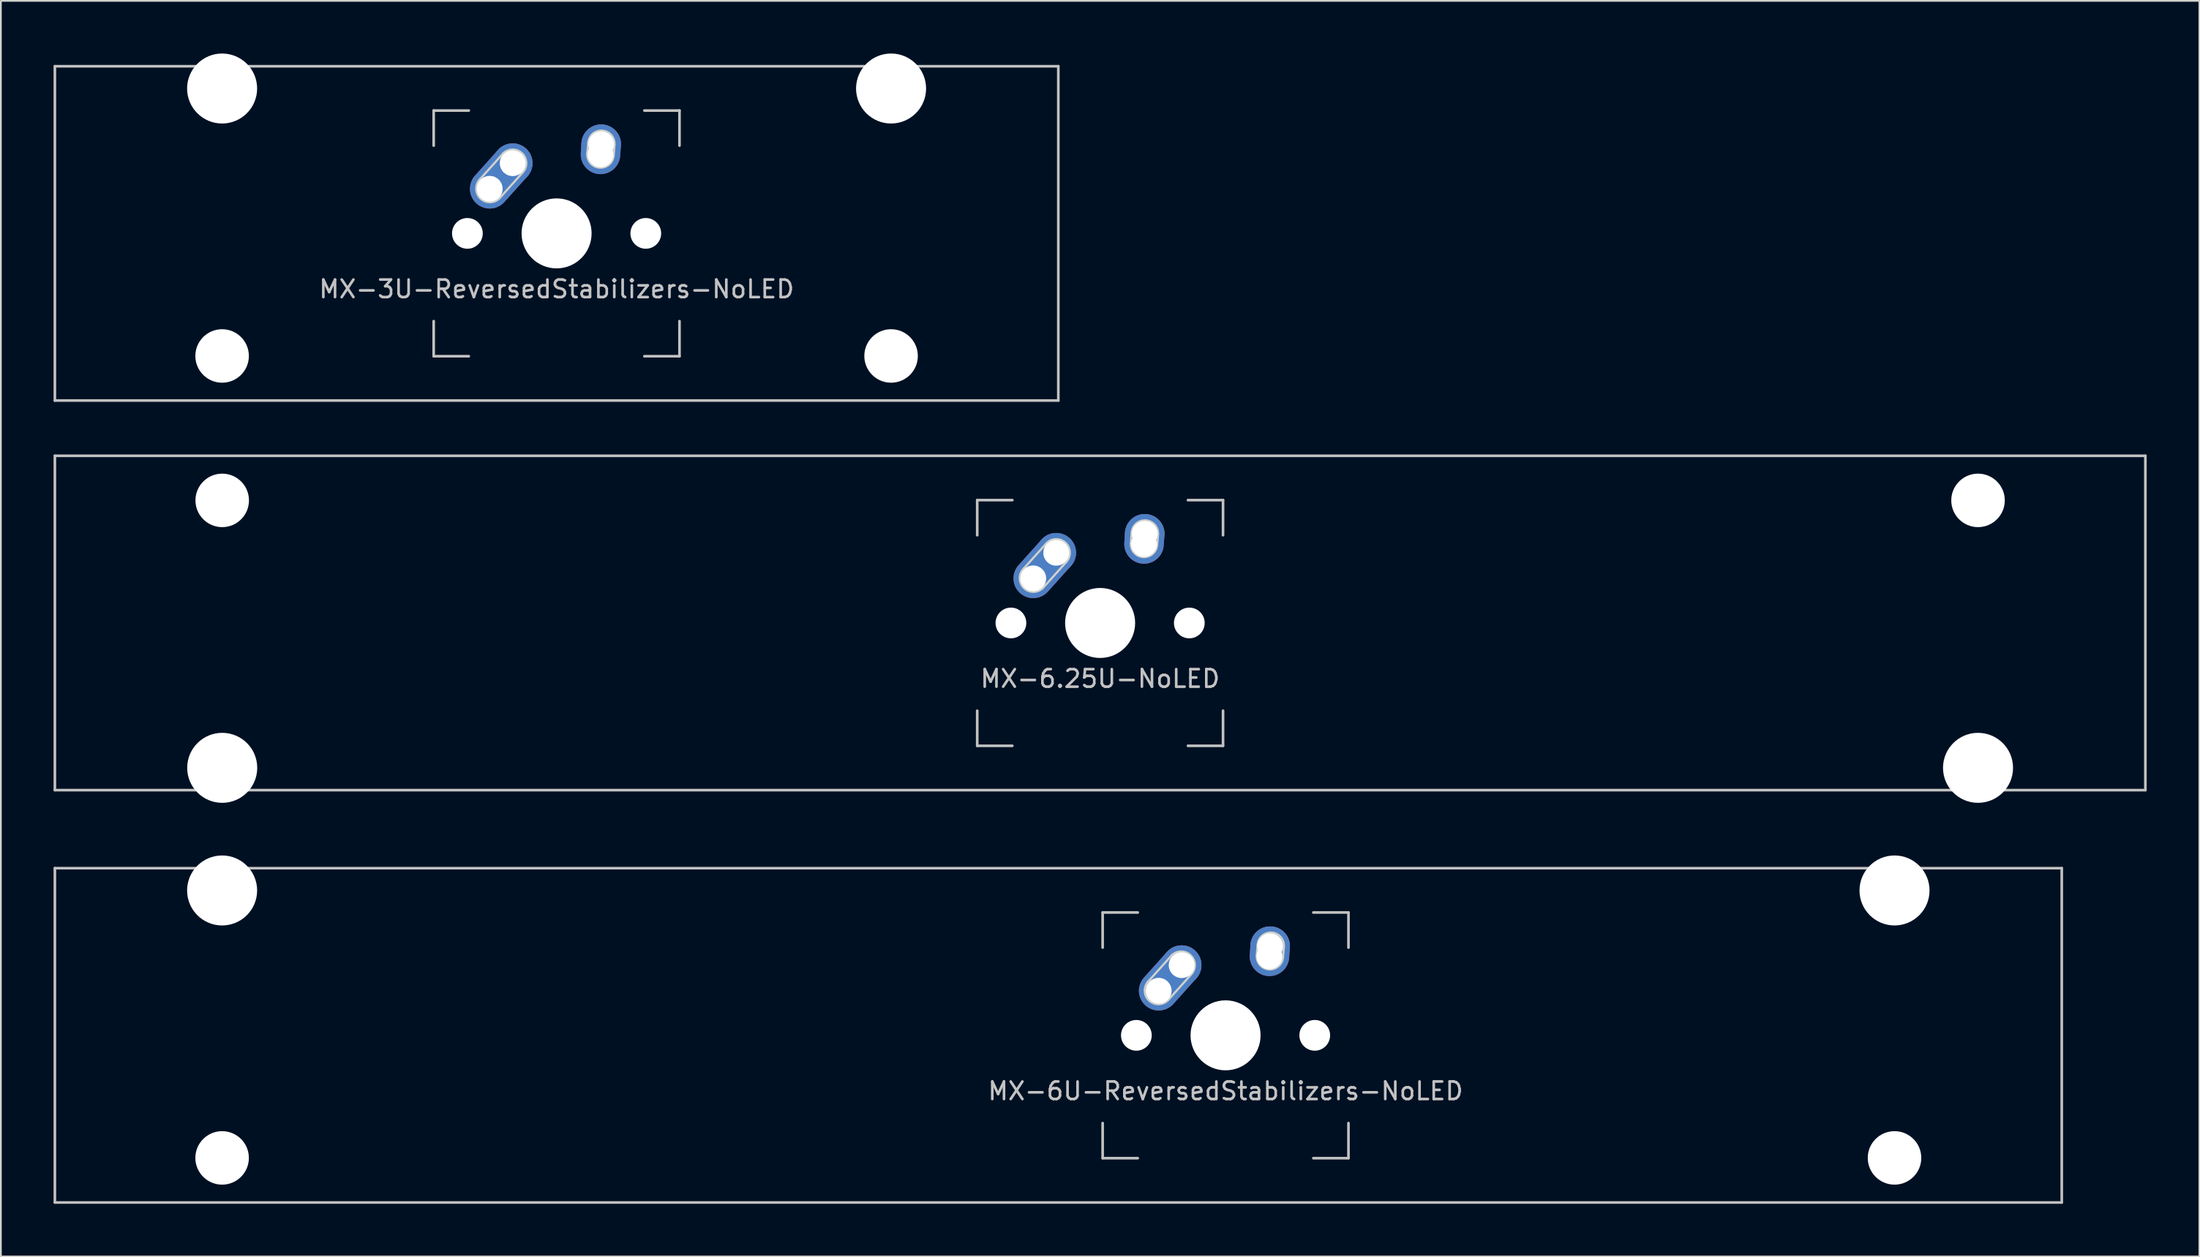
<source format=kicad_pcb>
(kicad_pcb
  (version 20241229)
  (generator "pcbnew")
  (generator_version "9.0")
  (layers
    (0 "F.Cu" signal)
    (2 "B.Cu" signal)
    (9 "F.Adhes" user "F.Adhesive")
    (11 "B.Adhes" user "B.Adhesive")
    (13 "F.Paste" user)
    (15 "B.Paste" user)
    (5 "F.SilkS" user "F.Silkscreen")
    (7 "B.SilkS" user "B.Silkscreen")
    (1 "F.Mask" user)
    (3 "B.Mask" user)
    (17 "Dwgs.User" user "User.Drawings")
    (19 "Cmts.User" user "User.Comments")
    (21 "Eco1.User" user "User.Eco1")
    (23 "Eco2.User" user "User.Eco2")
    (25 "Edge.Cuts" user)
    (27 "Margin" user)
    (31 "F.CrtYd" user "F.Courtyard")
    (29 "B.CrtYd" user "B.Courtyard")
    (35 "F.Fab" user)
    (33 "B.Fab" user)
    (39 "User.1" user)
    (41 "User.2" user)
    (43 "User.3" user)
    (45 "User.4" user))
  (footprint "MX-6U-ReversedStabilizers-NoLED"
    (layer "F.Cu")
    (at 57.225 55.947)
    (property "Reference" "MX-6U-ReversedStabilizers-NoLED" (at 9.525 3.175 0) (layer "Dwgs.User") (effects (font (size 1 1) (thickness 0.15))))
    (fp_line (start -57.15 -9.525) (end 57.15 -9.525) (stroke (width 0.15) (type solid)) (layer "Dwgs.User"))
    (fp_line (start -57.15 9.525) (end -57.15 -9.525) (stroke (width 0.15) (type solid)) (layer "Dwgs.User"))
    (fp_line (start -57.15 9.525) (end 57.15 9.525) (stroke (width 0.15) (type solid)) (layer "Dwgs.User"))
    (fp_line (start 2.525 -7) (end 2.525 -5) (stroke (width 0.15) (type solid)) (layer "Dwgs.User"))
    (fp_line (start 2.525 5) (end 2.525 7) (stroke (width 0.15) (type solid)) (layer "Dwgs.User"))
    (fp_line (start 2.525 7) (end 4.525 7) (stroke (width 0.15) (type solid)) (layer "Dwgs.User"))
    (fp_line (start 4.525 -7) (end 2.525 -7) (stroke (width 0.15) (type solid)) (layer "Dwgs.User"))
    (fp_line (start 14.525 -7) (end 16.525 -7) (stroke (width 0.15) (type solid)) (layer "Dwgs.User"))
    (fp_line (start 14.525 7) (end 16.525 7) (stroke (width 0.15) (type solid)) (layer "Dwgs.User"))
    (fp_line (start 16.525 -7) (end 16.525 -5) (stroke (width 0.15) (type solid)) (layer "Dwgs.User"))
    (fp_line (start 16.525 7) (end 16.525 5) (stroke (width 0.15) (type solid)) (layer "Dwgs.User"))
    (fp_line (start 57.15 -9.525) (end 57.15 9.525) (stroke (width 0.15) (type solid)) (layer "Dwgs.User"))
    (fp_line (start 5.15 -3.1) (end 6.45 -4.55) (stroke (width 0.12) (type solid)) (layer "Edge.Cuts"))
    (fp_line (start 7.55 -3.45) (end 6.25 -2) (stroke (width 0.12) (type solid)) (layer "Edge.Cuts"))
    (fp_line (start 11.35 -5.147) (end 11.3 -4.55) (stroke (width 0.12) (type solid)) (layer "Edge.Cuts"))
    (fp_line (start 12.85 -5.05) (end 12.8 -4.45) (stroke (width 0.12) (type solid)) (layer "Edge.Cuts"))
    (fp_arc (start 6.25 -2) (mid 5.15 -2) (end 5.15 -3.1) (stroke (width 0.12) (type solid)) (layer "Edge.Cuts"))
    (fp_arc (start 6.45 -4.55) (mid 7.55 -4.55) (end 7.55 -3.45) (stroke (width 0.12) (type solid)) (layer "Edge.Cuts"))
    (fp_arc (start 11.3498 -5.146888) (mid 12.148444 -5.850101) (end 12.849999 -5.05) (stroke (width 0.12) (type solid)) (layer "Edge.Cuts"))
    (fp_arc (start 12.799999 -4.45) (mid 12 -3.750001) (end 11.300001 -4.55) (stroke (width 0.12) (type solid)) (layer "Edge.Cuts"))
    (pad "" np_thru_hole circle (at -47.625 -8.255) (size 3.988 3.988) (drill 3.988) (layers "*.Cu" "*.Mask"))
    (pad "" np_thru_hole circle (at -47.625 6.985) (size 3.048 3.048) (drill 3.048) (layers "*.Cu" "*.Mask"))
    (pad "" np_thru_hole circle (at 4.445 0 48.1) (size 1.75 1.75) (drill 1.75) (layers "*.Cu" "*.Mask"))
    (pad "" np_thru_hole circle (at 9.525 0) (size 3.988 3.988) (drill 3.988) (layers "*.Cu" "*.Mask"))
    (pad "" np_thru_hole circle (at 14.605 0 48.1) (size 1.75 1.75) (drill 1.75) (layers "*.Cu" "*.Mask"))
    (pad "" np_thru_hole circle (at 47.625 -8.255) (size 3.988 3.988) (drill 3.988) (layers "*.Cu" "*.Mask"))
    (pad "" np_thru_hole circle (at 47.625 6.985) (size 3.048 3.048) (drill 3.048) (layers "*.Cu" "*.Mask"))
    (pad "1" thru_hole oval (at 5.715 -2.54 48.1) (size 4.212 2.25) (drill 1.47 (offset 0.981 0)) (layers "*.Cu" "B.Mask"))
    (pad "1" thru_hole circle (at 7.025 -4) (size 2.25 2.25) (drill 1.47) (layers "*.Cu" "B.Mask"))
    (pad "2" thru_hole oval (at 12.025 -4.5 86.055) (size 2.831 2.25) (drill 1.47 (offset 0.291 0)) (layers "*.Cu" "B.Mask"))
    (pad "2" thru_hole circle (at 12.065 -5.08) (size 2.25 2.25) (drill 1.47) (layers "*.Cu" "B.Mask")))
  (footprint "MX-6.25U-NoLED"
    (layer "F.Cu")
    (at 59.606 32.449)
    (property "Reference" "MX-6.25U-NoLED" (at 0 3.175 0) (layer "Dwgs.User") (effects (font (size 1 1) (thickness 0.15))))
    (fp_line (start -59.531 -9.525) (end 59.531 -9.525) (stroke (width 0.15) (type solid)) (layer "Dwgs.User"))
    (fp_line (start -59.531 9.525) (end -59.531 -9.525) (stroke (width 0.15) (type solid)) (layer "Dwgs.User"))
    (fp_line (start -59.531 9.525) (end 59.531 9.525) (stroke (width 0.15) (type solid)) (layer "Dwgs.User"))
    (fp_line (start -7 -7) (end -7 -5) (stroke (width 0.15) (type solid)) (layer "Dwgs.User"))
    (fp_line (start -7 5) (end -7 7) (stroke (width 0.15) (type solid)) (layer "Dwgs.User"))
    (fp_line (start -7 7) (end -5 7) (stroke (width 0.15) (type solid)) (layer "Dwgs.User"))
    (fp_line (start -5 -7) (end -7 -7) (stroke (width 0.15) (type solid)) (layer "Dwgs.User"))
    (fp_line (start 5 -7) (end 7 -7) (stroke (width 0.15) (type solid)) (layer "Dwgs.User"))
    (fp_line (start 5 7) (end 7 7) (stroke (width 0.15) (type solid)) (layer "Dwgs.User"))
    (fp_line (start 7 -7) (end 7 -5) (stroke (width 0.15) (type solid)) (layer "Dwgs.User"))
    (fp_line (start 7 7) (end 7 5) (stroke (width 0.15) (type solid)) (layer "Dwgs.User"))
    (fp_line (start 59.531 -9.525) (end 59.531 9.525) (stroke (width 0.15) (type solid)) (layer "Dwgs.User"))
    (fp_line (start -4.35 -3.1) (end -3.05 -4.55) (stroke (width 0.12) (type solid)) (layer "Edge.Cuts"))
    (fp_line (start -1.95 -3.45) (end -3.25 -2) (stroke (width 0.12) (type solid)) (layer "Edge.Cuts"))
    (fp_line (start 1.8 -5.154) (end 1.75 -4.544) (stroke (width 0.12) (type solid)) (layer "Edge.Cuts"))
    (fp_line (start 3.3 -5.05) (end 3.25 -4.45) (stroke (width 0.12) (type solid)) (layer "Edge.Cuts"))
    (fp_arc (start -3.25 -2) (mid -4.35 -2) (end -4.35 -3.1) (stroke (width 0.12) (type solid)) (layer "Edge.Cuts"))
    (fp_arc (start -3.05 -4.55) (mid -1.95 -4.55) (end -1.95 -3.45) (stroke (width 0.12) (type solid)) (layer "Edge.Cuts"))
    (fp_arc (start 1.800246 -5.153554) (mid 2.601777 -5.849879) (end 3.299999 -5.05) (stroke (width 0.12) (type solid)) (layer "Edge.Cuts"))
    (fp_arc (start 3.249999 -4.45) (mid 2.45293 -3.749811) (end 1.749633 -4.544139) (stroke (width 0.12) (type solid)) (layer "Edge.Cuts"))
    (pad "" np_thru_hole circle (at -50 -6.985) (size 3.048 3.048) (drill 3.048) (layers "*.Cu" "*.Mask"))
    (pad "" np_thru_hole circle (at -50 8.255) (size 3.988 3.988) (drill 3.988) (layers "*.Cu" "*.Mask"))
    (pad "" np_thru_hole circle (at -5.08 0 48.1) (size 1.75 1.75) (drill 1.75) (layers "*.Cu" "*.Mask"))
    (pad "" np_thru_hole circle (at 0 0) (size 3.988 3.988) (drill 3.988) (layers "*.Cu" "*.Mask"))
    (pad "" np_thru_hole circle (at 5.08 0 48.1) (size 1.75 1.75) (drill 1.75) (layers "*.Cu" "*.Mask"))
    (pad "" np_thru_hole circle (at 50 -6.985) (size 3.048 3.048) (drill 3.048) (layers "*.Cu" "*.Mask"))
    (pad "" np_thru_hole circle (at 50 8.255) (size 3.988 3.988) (drill 3.988) (layers "*.Cu" "*.Mask"))
    (pad "1" thru_hole oval (at -3.81 -2.54 48.1) (size 4.212 2.25) (drill 1.47 (offset 0.981 0)) (layers "*.Cu" "B.Mask"))
    (pad "1" thru_hole circle (at -2.5 -4) (size 2.25 2.25) (drill 1.47) (layers "*.Cu" "B.Mask"))
    (pad "2" thru_hole oval (at 2.5 -4.5 86.055) (size 2.831 2.25) (drill 1.47 (offset 0.291 0)) (layers "*.Cu" "B.Mask"))
    (pad "2" thru_hole circle (at 2.54 -5.08) (size 2.25 2.25) (drill 1.47) (layers "*.Cu" "B.Mask")))
  (footprint "MX-3U-ReversedStabilizers-NoLED"
    (layer "F.Cu")
    (at 28.65 10.249)
    (property "Reference" "MX-3U-ReversedStabilizers-NoLED" (at 0 3.175 0) (layer "Dwgs.User") (effects (font (size 1 1) (thickness 0.15))))
    (fp_line (start -28.575 -9.525) (end 28.575 -9.525) (stroke (width 0.15) (type solid)) (layer "Dwgs.User"))
    (fp_line (start -28.575 9.525) (end -28.575 -9.525) (stroke (width 0.15) (type solid)) (layer "Dwgs.User"))
    (fp_line (start -28.575 9.525) (end 28.575 9.525) (stroke (width 0.15) (type solid)) (layer "Dwgs.User"))
    (fp_line (start -7 -7) (end -7 -5) (stroke (width 0.15) (type solid)) (layer "Dwgs.User"))
    (fp_line (start -7 5) (end -7 7) (stroke (width 0.15) (type solid)) (layer "Dwgs.User"))
    (fp_line (start -7 7) (end -5 7) (stroke (width 0.15) (type solid)) (layer "Dwgs.User"))
    (fp_line (start -5 -7) (end -7 -7) (stroke (width 0.15) (type solid)) (layer "Dwgs.User"))
    (fp_line (start 5 -7) (end 7 -7) (stroke (width 0.15) (type solid)) (layer "Dwgs.User"))
    (fp_line (start 5 7) (end 7 7) (stroke (width 0.15) (type solid)) (layer "Dwgs.User"))
    (fp_line (start 7 -7) (end 7 -5) (stroke (width 0.15) (type solid)) (layer "Dwgs.User"))
    (fp_line (start 7 7) (end 7 5) (stroke (width 0.15) (type solid)) (layer "Dwgs.User"))
    (fp_line (start 28.575 -9.525) (end 28.575 9.525) (stroke (width 0.15) (type solid)) (layer "Dwgs.User"))
    (fp_line (start -4.35 -3.1) (end -3.05 -4.55) (stroke (width 0.12) (type solid)) (layer "Edge.Cuts"))
    (fp_line (start -1.95 -3.45) (end -3.25 -2) (stroke (width 0.12) (type solid)) (layer "Edge.Cuts"))
    (fp_line (start 1.8 -5.15) (end 1.745 -4.554) (stroke (width 0.12) (type solid)) (layer "Edge.Cuts"))
    (fp_line (start 3.3 -5.05) (end 3.25 -4.4) (stroke (width 0.12) (type solid)) (layer "Edge.Cuts"))
    (fp_arc (start -3.25 -2) (mid -4.35 -2) (end -4.35 -3.1) (stroke (width 0.12) (type solid)) (layer "Edge.Cuts"))
    (fp_arc (start -3.05 -4.55) (mid -1.95 -4.55) (end -1.95 -3.45) (stroke (width 0.12) (type solid)) (layer "Edge.Cuts"))
    (fp_arc (start 1.800001 -5.15) (mid 2.6 -5.849999) (end 3.299999 -5.05) (stroke (width 0.12) (type solid)) (layer "Edge.Cuts"))
    (fp_arc (start 3.25 -4.4) (mid 2.42301 -3.74729) (end 1.745286 -4.553908) (stroke (width 0.12) (type solid)) (layer "Edge.Cuts"))
    (pad "" np_thru_hole circle (at -19.05 -8.255) (size 3.988 3.988) (drill 3.988) (layers "*.Cu" "*.Mask"))
    (pad "" np_thru_hole circle (at -19.05 6.985) (size 3.048 3.048) (drill 3.048) (layers "*.Cu" "*.Mask"))
    (pad "" np_thru_hole circle (at -5.08 0 48.1) (size 1.75 1.75) (drill 1.75) (layers "*.Cu" "*.Mask"))
    (pad "" np_thru_hole circle (at 0 0) (size 3.988 3.988) (drill 3.988) (layers "*.Cu" "*.Mask"))
    (pad "" np_thru_hole circle (at 5.08 0 48.1) (size 1.75 1.75) (drill 1.75) (layers "*.Cu" "*.Mask"))
    (pad "" np_thru_hole circle (at 19.05 -8.255) (size 3.988 3.988) (drill 3.988) (layers "*.Cu" "*.Mask"))
    (pad "" np_thru_hole circle (at 19.05 6.985) (size 3.048 3.048) (drill 3.048) (layers "*.Cu" "*.Mask"))
    (pad "1" thru_hole oval (at -3.81 -2.54 48.1) (size 4.212 2.25) (drill 1.47 (offset 0.981 0)) (layers "*.Cu" "B.Mask"))
    (pad "1" thru_hole circle (at -2.5 -4) (size 2.25 2.25) (drill 1.47) (layers "*.Cu" "B.Mask"))
    (pad "2" thru_hole oval (at 2.5 -4.5 86.055) (size 2.831 2.25) (drill 1.47 (offset 0.291 0)) (layers "*.Cu" "B.Mask"))
    (pad "2" thru_hole circle (at 2.54 -5.08) (size 2.25 2.25) (drill 1.47) (layers "*.Cu" "B.Mask")))
  (gr_rect
    (start -3 -3)
    (end 122.213 68.547)
    (stroke (width 0.1) (type default))
    (fill no)
    (layer "Edge.Cuts")))
</source>
